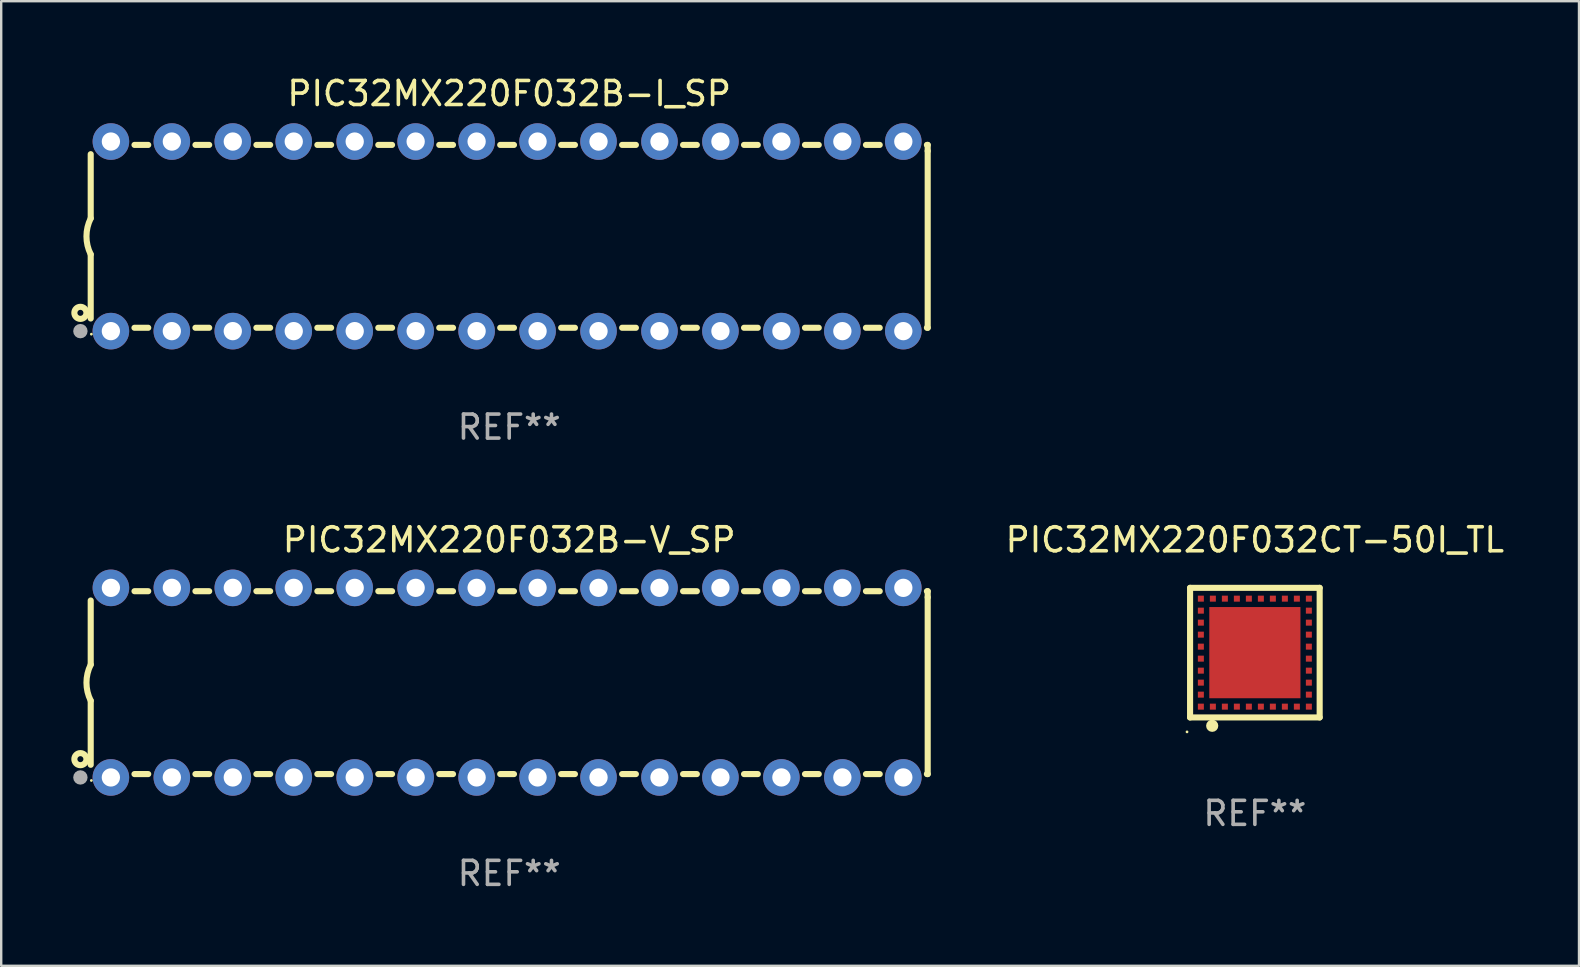
<source format=kicad_pcb>
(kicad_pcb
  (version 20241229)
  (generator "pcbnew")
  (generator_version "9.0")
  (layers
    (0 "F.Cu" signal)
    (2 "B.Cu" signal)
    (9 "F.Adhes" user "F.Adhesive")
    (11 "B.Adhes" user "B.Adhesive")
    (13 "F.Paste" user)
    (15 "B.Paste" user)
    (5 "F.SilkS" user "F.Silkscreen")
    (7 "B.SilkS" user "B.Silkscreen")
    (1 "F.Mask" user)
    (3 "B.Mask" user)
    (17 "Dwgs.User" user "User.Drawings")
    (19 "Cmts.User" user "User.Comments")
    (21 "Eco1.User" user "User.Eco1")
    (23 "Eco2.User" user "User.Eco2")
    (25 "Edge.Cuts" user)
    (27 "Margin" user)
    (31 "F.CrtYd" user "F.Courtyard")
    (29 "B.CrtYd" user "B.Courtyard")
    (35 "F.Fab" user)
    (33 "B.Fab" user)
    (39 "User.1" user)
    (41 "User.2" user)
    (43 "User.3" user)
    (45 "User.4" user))
  (footprint "PIC32MX220F032CT-50I_TL"
    (layer "F.Cu")
    (at 49.239 24.145)
    (property "Reference" "PIC32MX220F032CT-50I_TL" (at 0 -4.7 0) (layer "F.SilkS") (effects (font (size 1 1) (thickness 0.15))))
    (attr through_hole)
    (fp_line (start -2.7 -2.7) (end 2.7 -2.7) (stroke (width 0.254) (type solid)) (layer "F.SilkS"))
    (fp_line (start -2.7 2.7) (end -2.7 -2.7) (stroke (width 0.254) (type solid)) (layer "F.SilkS"))
    (fp_line (start 2.7 -2.7) (end 2.7 2.7) (stroke (width 0.254) (type solid)) (layer "F.SilkS"))
    (fp_line (start 2.7 2.7) (end -2.7 2.7) (stroke (width 0.254) (type solid)) (layer "F.SilkS"))
    (fp_circle (center -2.827 3.302) (end -2.797 3.302) (stroke (width 0.06) (type solid)) (fill no) (layer "F.SilkS"))
    (fp_circle (center -1.778 3.048) (end -1.651 3.048) (stroke (width 0.254) (type solid)) (fill no) (layer "F.SilkS"))
    (fp_text user "REF**" (at 0 6.7 0) (layer "F.Fab") (effects (font (size 1 1) (thickness 0.15))))
    (pad "1" smd rect (at -1.75 2.25) (size 0.25 0.25) (layers "F.Cu" "F.Mask" "F.Paste"))
    (pad "2" smd rect (at -1.25 2.25) (size 0.25 0.25) (layers "F.Cu" "F.Mask" "F.Paste"))
    (pad "3" smd rect (at -0.75 2.25) (size 0.25 0.25) (layers "F.Cu" "F.Mask" "F.Paste"))
    (pad "4" smd rect (at -0.25 2.25) (size 0.25 0.25) (layers "F.Cu" "F.Mask" "F.Paste"))
    (pad "5" smd rect (at 0.25 2.25) (size 0.25 0.25) (layers "F.Cu" "F.Mask" "F.Paste"))
    (pad "6" smd rect (at 0.75 2.25) (size 0.25 0.25) (layers "F.Cu" "F.Mask" "F.Paste"))
    (pad "7" smd rect (at 1.25 2.25) (size 0.25 0.25) (layers "F.Cu" "F.Mask" "F.Paste"))
    (pad "8" smd rect (at 1.75 2.25) (size 0.25 0.25) (layers "F.Cu" "F.Mask" "F.Paste"))
    (pad "9" smd rect (at 2.25 2.25) (size 0.25 0.25) (layers "F.Cu" "F.Mask" "F.Paste"))
    (pad "10" smd rect (at 2.25 1.75) (size 0.25 0.25) (layers "F.Cu" "F.Mask" "F.Paste"))
    (pad "11" smd rect (at 2.25 1.25) (size 0.25 0.25) (layers "F.Cu" "F.Mask" "F.Paste"))
    (pad "12" smd rect (at 2.25 0.75) (size 0.25 0.25) (layers "F.Cu" "F.Mask" "F.Paste"))
    (pad "13" smd rect (at 2.25 0.25) (size 0.25 0.25) (layers "F.Cu" "F.Mask" "F.Paste"))
    (pad "14" smd rect (at 2.25 -0.25) (size 0.25 0.25) (layers "F.Cu" "F.Mask" "F.Paste"))
    (pad "15" smd rect (at 2.25 -0.75) (size 0.25 0.25) (layers "F.Cu" "F.Mask" "F.Paste"))
    (pad "16" smd rect (at 2.25 -1.25) (size 0.25 0.25) (layers "F.Cu" "F.Mask" "F.Paste"))
    (pad "17" smd rect (at 2.25 -1.75) (size 0.25 0.25) (layers "F.Cu" "F.Mask" "F.Paste"))
    (pad "18" smd rect (at 2.25 -2.25) (size 0.25 0.25) (layers "F.Cu" "F.Mask" "F.Paste"))
    (pad "19" smd rect (at 1.75 -2.25) (size 0.25 0.25) (layers "F.Cu" "F.Mask" "F.Paste"))
    (pad "20" smd rect (at 1.25 -2.25) (size 0.25 0.25) (layers "F.Cu" "F.Mask" "F.Paste"))
    (pad "21" smd rect (at 0.75 -2.25) (size 0.25 0.25) (layers "F.Cu" "F.Mask" "F.Paste"))
    (pad "22" smd rect (at 0.25 -2.25) (size 0.25 0.25) (layers "F.Cu" "F.Mask" "F.Paste"))
    (pad "23" smd rect (at -0.25 -2.25) (size 0.25 0.25) (layers "F.Cu" "F.Mask" "F.Paste"))
    (pad "24" smd rect (at -0.75 -2.25) (size 0.25 0.25) (layers "F.Cu" "F.Mask" "F.Paste"))
    (pad "25" smd rect (at -1.25 -2.25) (size 0.25 0.25) (layers "F.Cu" "F.Mask" "F.Paste"))
    (pad "26" smd rect (at -1.75 -2.25) (size 0.25 0.25) (layers "F.Cu" "F.Mask" "F.Paste"))
    (pad "27" smd rect (at -2.25 -2.25) (size 0.25 0.25) (layers "F.Cu" "F.Mask" "F.Paste"))
    (pad "28" smd rect (at -2.25 -1.75) (size 0.25 0.25) (layers "F.Cu" "F.Mask" "F.Paste"))
    (pad "29" smd rect (at -2.25 -1.25) (size 0.25 0.25) (layers "F.Cu" "F.Mask" "F.Paste"))
    (pad "30" smd rect (at -2.25 -0.75) (size 0.25 0.25) (layers "F.Cu" "F.Mask" "F.Paste"))
    (pad "31" smd rect (at -2.25 -0.25) (size 0.25 0.25) (layers "F.Cu" "F.Mask" "F.Paste"))
    (pad "32" smd rect (at -2.25 0.25) (size 0.25 0.25) (layers "F.Cu" "F.Mask" "F.Paste"))
    (pad "33" smd rect (at -2.25 0.75) (size 0.25 0.25) (layers "F.Cu" "F.Mask" "F.Paste"))
    (pad "34" smd rect (at -2.25 1.25) (size 0.25 0.25) (layers "F.Cu" "F.Mask" "F.Paste"))
    (pad "35" smd rect (at -2.25 1.75) (size 0.25 0.25) (layers "F.Cu" "F.Mask" "F.Paste"))
    (pad "36" smd rect (at -2.25 2.25) (size 0.25 0.25) (layers "F.Cu" "F.Mask" "F.Paste"))
    (pad "37" smd rect (at 0.000127 -0.000076) (size 3.8 3.8) (layers "F.Cu" "F.Mask" "F.Paste")))
  (footprint "PIC32MX220F032B-I_SP"
    (layer "F.Cu")
    (at 18.168 6.798)
    (property "Reference" "PIC32MX220F032B-I_SP" (at 0 -5.95 0) (layer "F.SilkS") (effects (font (size 1 1) (thickness 0.15))))
    (attr through_hole)
    (fp_line (start -17.438 0.75) (end -17.438 3.423) (stroke (width 0.254) (type solid)) (layer "F.SilkS"))
    (fp_line (start -17.438 -3.423) (end -17.438 -0.75) (stroke (width 0.254) (type solid)) (layer "F.SilkS"))
    (fp_line (start -15.615 3.81) (end -15.041 3.81) (stroke (width 0.254) (type solid)) (layer "F.SilkS"))
    (fp_line (start -15.041 -3.81) (end -15.614 -3.81) (stroke (width 0.254) (type solid)) (layer "F.SilkS"))
    (fp_line (start -13.075 3.81) (end -12.501 3.81) (stroke (width 0.254) (type solid)) (layer "F.SilkS"))
    (fp_line (start -12.501 -3.81) (end -13.074 -3.81) (stroke (width 0.254) (type solid)) (layer "F.SilkS"))
    (fp_line (start -10.535 3.81) (end -9.961 3.81) (stroke (width 0.254) (type solid)) (layer "F.SilkS"))
    (fp_line (start -9.961 -3.81) (end -10.534 -3.81) (stroke (width 0.254) (type solid)) (layer "F.SilkS"))
    (fp_line (start -7.995 3.81) (end -7.421 3.81) (stroke (width 0.254) (type solid)) (layer "F.SilkS"))
    (fp_line (start -7.421 -3.81) (end -7.995 -3.81) (stroke (width 0.254) (type solid)) (layer "F.SilkS"))
    (fp_line (start -5.455 3.81) (end -4.881 3.81) (stroke (width 0.254) (type solid)) (layer "F.SilkS"))
    (fp_line (start -4.881 -3.81) (end -5.455 -3.81) (stroke (width 0.254) (type solid)) (layer "F.SilkS"))
    (fp_line (start -2.915 3.81) (end -2.341 3.81) (stroke (width 0.254) (type solid)) (layer "F.SilkS"))
    (fp_line (start -2.341 -3.81) (end -2.915 -3.81) (stroke (width 0.254) (type solid)) (layer "F.SilkS"))
    (fp_line (start -0.375 3.81) (end 0.199 3.81) (stroke (width 0.254) (type solid)) (layer "F.SilkS"))
    (fp_line (start 0.199 -3.81) (end -0.375 -3.81) (stroke (width 0.254) (type solid)) (layer "F.SilkS"))
    (fp_line (start 2.165 3.81) (end 2.739 3.81) (stroke (width 0.254) (type solid)) (layer "F.SilkS"))
    (fp_line (start 2.739 -3.81) (end 2.165 -3.81) (stroke (width 0.254) (type solid)) (layer "F.SilkS"))
    (fp_line (start 4.705 3.81) (end 5.279 3.81) (stroke (width 0.254) (type solid)) (layer "F.SilkS"))
    (fp_line (start 5.279 -3.81) (end 4.705 -3.81) (stroke (width 0.254) (type solid)) (layer "F.SilkS"))
    (fp_line (start 7.245 3.81) (end 7.819 3.81) (stroke (width 0.254) (type solid)) (layer "F.SilkS"))
    (fp_line (start 7.819 -3.81) (end 7.245 -3.81) (stroke (width 0.254) (type solid)) (layer "F.SilkS"))
    (fp_line (start 9.785 3.81) (end 10.359 3.81) (stroke (width 0.254) (type solid)) (layer "F.SilkS"))
    (fp_line (start 10.359 -3.81) (end 9.785 -3.81) (stroke (width 0.254) (type solid)) (layer "F.SilkS"))
    (fp_line (start 12.325 3.81) (end 12.899 3.81) (stroke (width 0.254) (type solid)) (layer "F.SilkS"))
    (fp_line (start 12.899 -3.81) (end 12.325 -3.81) (stroke (width 0.254) (type solid)) (layer "F.SilkS"))
    (fp_line (start 14.865 3.81) (end 15.439 3.81) (stroke (width 0.254) (type solid)) (layer "F.SilkS"))
    (fp_line (start 15.439 -3.81) (end 14.865 -3.81) (stroke (width 0.254) (type solid)) (layer "F.SilkS"))
    (fp_line (start 17.405 3.81) (end 17.438 3.81) (stroke (width 0.254) (type solid)) (layer "F.SilkS"))
    (fp_line (start 17.438 -3.81) (end 17.405 -3.81) (stroke (width 0.254) (type solid)) (layer "F.SilkS"))
    (fp_line (start 17.438 -3.556) (end 17.438 -3.81) (stroke (width 0.254) (type solid)) (layer "F.SilkS"))
    (fp_line (start 17.438 3.81) (end 17.438 -3.556) (stroke (width 0.254) (type solid)) (layer "F.SilkS"))
    (fp_arc (start -17.437986 0.749657) (mid -17.614887 -0.000024) (end -17.437783 -0.749657) (stroke (width 0.254001) (type solid)) (layer "F.SilkS"))
    (fp_circle (center -17.868 3.188) (end -17.743 3.188) (stroke (width 0.254) (type solid)) (fill no) (layer "F.SilkS"))
    (fp_circle (center -17.411 4.077) (end -17.381 4.077) (stroke (width 0.06) (type solid)) (fill no) (layer "F.SilkS"))
    (fp_circle (center -17.868 3.95) (end -17.718 3.95) (stroke (width 0.3) (type solid)) (fill no) (layer "F.Fab"))
    (fp_text user "REF**" (at 0 7.95 0) (layer "F.Fab") (effects (font (size 1 1) (thickness 0.15))))
    (pad "1" thru_hole circle (at -16.598 3.95) (size 1.524 1.524) (drill 0.762) (layers "*.Cu" "*.Mask"))
    (pad "2" thru_hole circle (at -14.058 3.95) (size 1.524 1.524) (drill 0.762) (layers "*.Cu" "*.Mask"))
    (pad "3" thru_hole circle (at -11.518 3.95) (size 1.524 1.524) (drill 0.762) (layers "*.Cu" "*.Mask"))
    (pad "4" thru_hole circle (at -8.978 3.95) (size 1.524 1.524) (drill 0.762) (layers "*.Cu" "*.Mask"))
    (pad "5" thru_hole circle (at -6.438 3.95) (size 1.524 1.524) (drill 0.762) (layers "*.Cu" "*.Mask"))
    (pad "6" thru_hole circle (at -3.898 3.95) (size 1.524 1.524) (drill 0.762) (layers "*.Cu" "*.Mask"))
    (pad "7" thru_hole circle (at -1.358 3.95) (size 1.524 1.524) (drill 0.762) (layers "*.Cu" "*.Mask"))
    (pad "8" thru_hole circle (at 1.182 3.95) (size 1.524 1.524) (drill 0.762) (layers "*.Cu" "*.Mask"))
    (pad "9" thru_hole circle (at 3.722 3.95) (size 1.524 1.524) (drill 0.762) (layers "*.Cu" "*.Mask"))
    (pad "10" thru_hole circle (at 6.262 3.95) (size 1.524 1.524) (drill 0.762) (layers "*.Cu" "*.Mask"))
    (pad "11" thru_hole circle (at 8.802 3.95) (size 1.524 1.524) (drill 0.762) (layers "*.Cu" "*.Mask"))
    (pad "12" thru_hole circle (at 11.342 3.95) (size 1.524 1.524) (drill 0.762) (layers "*.Cu" "*.Mask"))
    (pad "13" thru_hole circle (at 13.882 3.95) (size 1.524 1.524) (drill 0.762) (layers "*.Cu" "*.Mask"))
    (pad "14" thru_hole circle (at 16.422 3.95) (size 1.524 1.524) (drill 0.762) (layers "*.Cu" "*.Mask"))
    (pad "15" thru_hole circle (at 16.422 -3.95) (size 1.524 1.524) (drill 0.762) (layers "*.Cu" "*.Mask"))
    (pad "16" thru_hole circle (at 13.882 -3.95) (size 1.524 1.524) (drill 0.762) (layers "*.Cu" "*.Mask"))
    (pad "17" thru_hole circle (at 11.342 -3.95) (size 1.524 1.524) (drill 0.762) (layers "*.Cu" "*.Mask"))
    (pad "18" thru_hole circle (at 8.802 -3.95) (size 1.524 1.524) (drill 0.762) (layers "*.Cu" "*.Mask"))
    (pad "19" thru_hole circle (at 6.262 -3.95) (size 1.524 1.524) (drill 0.762) (layers "*.Cu" "*.Mask"))
    (pad "20" thru_hole circle (at 3.722 -3.95) (size 1.524 1.524) (drill 0.762) (layers "*.Cu" "*.Mask"))
    (pad "21" thru_hole circle (at 1.182 -3.95) (size 1.524 1.524) (drill 0.762) (layers "*.Cu" "*.Mask"))
    (pad "22" thru_hole circle (at -1.358 -3.95) (size 1.524 1.524) (drill 0.762) (layers "*.Cu" "*.Mask"))
    (pad "23" thru_hole circle (at -3.898 -3.95) (size 1.524 1.524) (drill 0.762) (layers "*.Cu" "*.Mask"))
    (pad "24" thru_hole circle (at -6.438 -3.95) (size 1.524 1.524) (drill 0.762) (layers "*.Cu" "*.Mask"))
    (pad "25" thru_hole circle (at -8.978 -3.95) (size 1.524 1.524) (drill 0.762) (layers "*.Cu" "*.Mask"))
    (pad "26" thru_hole circle (at -11.517 -3.95) (size 1.524 1.524) (drill 0.762) (layers "*.Cu" "*.Mask"))
    (pad "27" thru_hole circle (at -14.057 -3.95) (size 1.524 1.524) (drill 0.762) (layers "*.Cu" "*.Mask"))
    (pad "28" thru_hole circle (at -16.597 -3.95) (size 1.524 1.524) (drill 0.762) (layers "*.Cu" "*.Mask")))
  (footprint "PIC32MX220F032B-V_SP"
    (layer "F.Cu")
    (at 18.168 25.395)
    (property "Reference" "PIC32MX220F032B-V_SP" (at 0 -5.95 0) (layer "F.SilkS") (effects (font (size 1 1) (thickness 0.15))))
    (attr through_hole)
    (fp_line (start -17.438 0.75) (end -17.438 3.423) (stroke (width 0.254) (type solid)) (layer "F.SilkS"))
    (fp_line (start -17.438 -3.423) (end -17.438 -0.75) (stroke (width 0.254) (type solid)) (layer "F.SilkS"))
    (fp_line (start -15.615 3.81) (end -15.041 3.81) (stroke (width 0.254) (type solid)) (layer "F.SilkS"))
    (fp_line (start -15.041 -3.81) (end -15.614 -3.81) (stroke (width 0.254) (type solid)) (layer "F.SilkS"))
    (fp_line (start -13.075 3.81) (end -12.501 3.81) (stroke (width 0.254) (type solid)) (layer "F.SilkS"))
    (fp_line (start -12.501 -3.81) (end -13.074 -3.81) (stroke (width 0.254) (type solid)) (layer "F.SilkS"))
    (fp_line (start -10.535 3.81) (end -9.961 3.81) (stroke (width 0.254) (type solid)) (layer "F.SilkS"))
    (fp_line (start -9.961 -3.81) (end -10.534 -3.81) (stroke (width 0.254) (type solid)) (layer "F.SilkS"))
    (fp_line (start -7.995 3.81) (end -7.421 3.81) (stroke (width 0.254) (type solid)) (layer "F.SilkS"))
    (fp_line (start -7.421 -3.81) (end -7.995 -3.81) (stroke (width 0.254) (type solid)) (layer "F.SilkS"))
    (fp_line (start -5.455 3.81) (end -4.881 3.81) (stroke (width 0.254) (type solid)) (layer "F.SilkS"))
    (fp_line (start -4.881 -3.81) (end -5.455 -3.81) (stroke (width 0.254) (type solid)) (layer "F.SilkS"))
    (fp_line (start -2.915 3.81) (end -2.341 3.81) (stroke (width 0.254) (type solid)) (layer "F.SilkS"))
    (fp_line (start -2.341 -3.81) (end -2.915 -3.81) (stroke (width 0.254) (type solid)) (layer "F.SilkS"))
    (fp_line (start -0.375 3.81) (end 0.199 3.81) (stroke (width 0.254) (type solid)) (layer "F.SilkS"))
    (fp_line (start 0.199 -3.81) (end -0.375 -3.81) (stroke (width 0.254) (type solid)) (layer "F.SilkS"))
    (fp_line (start 2.165 3.81) (end 2.739 3.81) (stroke (width 0.254) (type solid)) (layer "F.SilkS"))
    (fp_line (start 2.739 -3.81) (end 2.165 -3.81) (stroke (width 0.254) (type solid)) (layer "F.SilkS"))
    (fp_line (start 4.705 3.81) (end 5.279 3.81) (stroke (width 0.254) (type solid)) (layer "F.SilkS"))
    (fp_line (start 5.279 -3.81) (end 4.705 -3.81) (stroke (width 0.254) (type solid)) (layer "F.SilkS"))
    (fp_line (start 7.245 3.81) (end 7.819 3.81) (stroke (width 0.254) (type solid)) (layer "F.SilkS"))
    (fp_line (start 7.819 -3.81) (end 7.245 -3.81) (stroke (width 0.254) (type solid)) (layer "F.SilkS"))
    (fp_line (start 9.785 3.81) (end 10.359 3.81) (stroke (width 0.254) (type solid)) (layer "F.SilkS"))
    (fp_line (start 10.359 -3.81) (end 9.785 -3.81) (stroke (width 0.254) (type solid)) (layer "F.SilkS"))
    (fp_line (start 12.325 3.81) (end 12.899 3.81) (stroke (width 0.254) (type solid)) (layer "F.SilkS"))
    (fp_line (start 12.899 -3.81) (end 12.325 -3.81) (stroke (width 0.254) (type solid)) (layer "F.SilkS"))
    (fp_line (start 14.865 3.81) (end 15.439 3.81) (stroke (width 0.254) (type solid)) (layer "F.SilkS"))
    (fp_line (start 15.439 -3.81) (end 14.865 -3.81) (stroke (width 0.254) (type solid)) (layer "F.SilkS"))
    (fp_line (start 17.405 3.81) (end 17.438 3.81) (stroke (width 0.254) (type solid)) (layer "F.SilkS"))
    (fp_line (start 17.438 -3.81) (end 17.405 -3.81) (stroke (width 0.254) (type solid)) (layer "F.SilkS"))
    (fp_line (start 17.438 -3.556) (end 17.438 -3.81) (stroke (width 0.254) (type solid)) (layer "F.SilkS"))
    (fp_line (start 17.438 3.81) (end 17.438 -3.556) (stroke (width 0.254) (type solid)) (layer "F.SilkS"))
    (fp_arc (start -17.437986 0.749657) (mid -17.614887 -0.000024) (end -17.437783 -0.749657) (stroke (width 0.254001) (type solid)) (layer "F.SilkS"))
    (fp_circle (center -17.868 3.188) (end -17.743 3.188) (stroke (width 0.254) (type solid)) (fill no) (layer "F.SilkS"))
    (fp_circle (center -17.411 4.077) (end -17.381 4.077) (stroke (width 0.06) (type solid)) (fill no) (layer "F.SilkS"))
    (fp_circle (center -17.868 3.95) (end -17.718 3.95) (stroke (width 0.3) (type solid)) (fill no) (layer "F.Fab"))
    (fp_text user "REF**" (at 0 7.95 0) (layer "F.Fab") (effects (font (size 1 1) (thickness 0.15))))
    (pad "1" thru_hole circle (at -16.598 3.95) (size 1.524 1.524) (drill 0.762) (layers "*.Cu" "*.Mask"))
    (pad "2" thru_hole circle (at -14.058 3.95) (size 1.524 1.524) (drill 0.762) (layers "*.Cu" "*.Mask"))
    (pad "3" thru_hole circle (at -11.518 3.95) (size 1.524 1.524) (drill 0.762) (layers "*.Cu" "*.Mask"))
    (pad "4" thru_hole circle (at -8.978 3.95) (size 1.524 1.524) (drill 0.762) (layers "*.Cu" "*.Mask"))
    (pad "5" thru_hole circle (at -6.438 3.95) (size 1.524 1.524) (drill 0.762) (layers "*.Cu" "*.Mask"))
    (pad "6" thru_hole circle (at -3.898 3.95) (size 1.524 1.524) (drill 0.762) (layers "*.Cu" "*.Mask"))
    (pad "7" thru_hole circle (at -1.358 3.95) (size 1.524 1.524) (drill 0.762) (layers "*.Cu" "*.Mask"))
    (pad "8" thru_hole circle (at 1.182 3.95) (size 1.524 1.524) (drill 0.762) (layers "*.Cu" "*.Mask"))
    (pad "9" thru_hole circle (at 3.722 3.95) (size 1.524 1.524) (drill 0.762) (layers "*.Cu" "*.Mask"))
    (pad "10" thru_hole circle (at 6.262 3.95) (size 1.524 1.524) (drill 0.762) (layers "*.Cu" "*.Mask"))
    (pad "11" thru_hole circle (at 8.802 3.95) (size 1.524 1.524) (drill 0.762) (layers "*.Cu" "*.Mask"))
    (pad "12" thru_hole circle (at 11.342 3.95) (size 1.524 1.524) (drill 0.762) (layers "*.Cu" "*.Mask"))
    (pad "13" thru_hole circle (at 13.882 3.95) (size 1.524 1.524) (drill 0.762) (layers "*.Cu" "*.Mask"))
    (pad "14" thru_hole circle (at 16.422 3.95) (size 1.524 1.524) (drill 0.762) (layers "*.Cu" "*.Mask"))
    (pad "15" thru_hole circle (at 16.422 -3.95) (size 1.524 1.524) (drill 0.762) (layers "*.Cu" "*.Mask"))
    (pad "16" thru_hole circle (at 13.882 -3.95) (size 1.524 1.524) (drill 0.762) (layers "*.Cu" "*.Mask"))
    (pad "17" thru_hole circle (at 11.342 -3.95) (size 1.524 1.524) (drill 0.762) (layers "*.Cu" "*.Mask"))
    (pad "18" thru_hole circle (at 8.802 -3.95) (size 1.524 1.524) (drill 0.762) (layers "*.Cu" "*.Mask"))
    (pad "19" thru_hole circle (at 6.262 -3.95) (size 1.524 1.524) (drill 0.762) (layers "*.Cu" "*.Mask"))
    (pad "20" thru_hole circle (at 3.722 -3.95) (size 1.524 1.524) (drill 0.762) (layers "*.Cu" "*.Mask"))
    (pad "21" thru_hole circle (at 1.182 -3.95) (size 1.524 1.524) (drill 0.762) (layers "*.Cu" "*.Mask"))
    (pad "22" thru_hole circle (at -1.358 -3.95) (size 1.524 1.524) (drill 0.762) (layers "*.Cu" "*.Mask"))
    (pad "23" thru_hole circle (at -3.898 -3.95) (size 1.524 1.524) (drill 0.762) (layers "*.Cu" "*.Mask"))
    (pad "24" thru_hole circle (at -6.438 -3.95) (size 1.524 1.524) (drill 0.762) (layers "*.Cu" "*.Mask"))
    (pad "25" thru_hole circle (at -8.978 -3.95) (size 1.524 1.524) (drill 0.762) (layers "*.Cu" "*.Mask"))
    (pad "26" thru_hole circle (at -11.517 -3.95) (size 1.524 1.524) (drill 0.762) (layers "*.Cu" "*.Mask"))
    (pad "27" thru_hole circle (at -14.057 -3.95) (size 1.524 1.524) (drill 0.762) (layers "*.Cu" "*.Mask"))
    (pad "28" thru_hole circle (at -16.597 -3.95) (size 1.524 1.524) (drill 0.762) (layers "*.Cu" "*.Mask")))
  (gr_rect
    (start -3 -3)
    (end 62.745 37.193)
    (stroke (width 0.1) (type default))
    (fill no)
    (layer "Edge.Cuts")))
</source>
